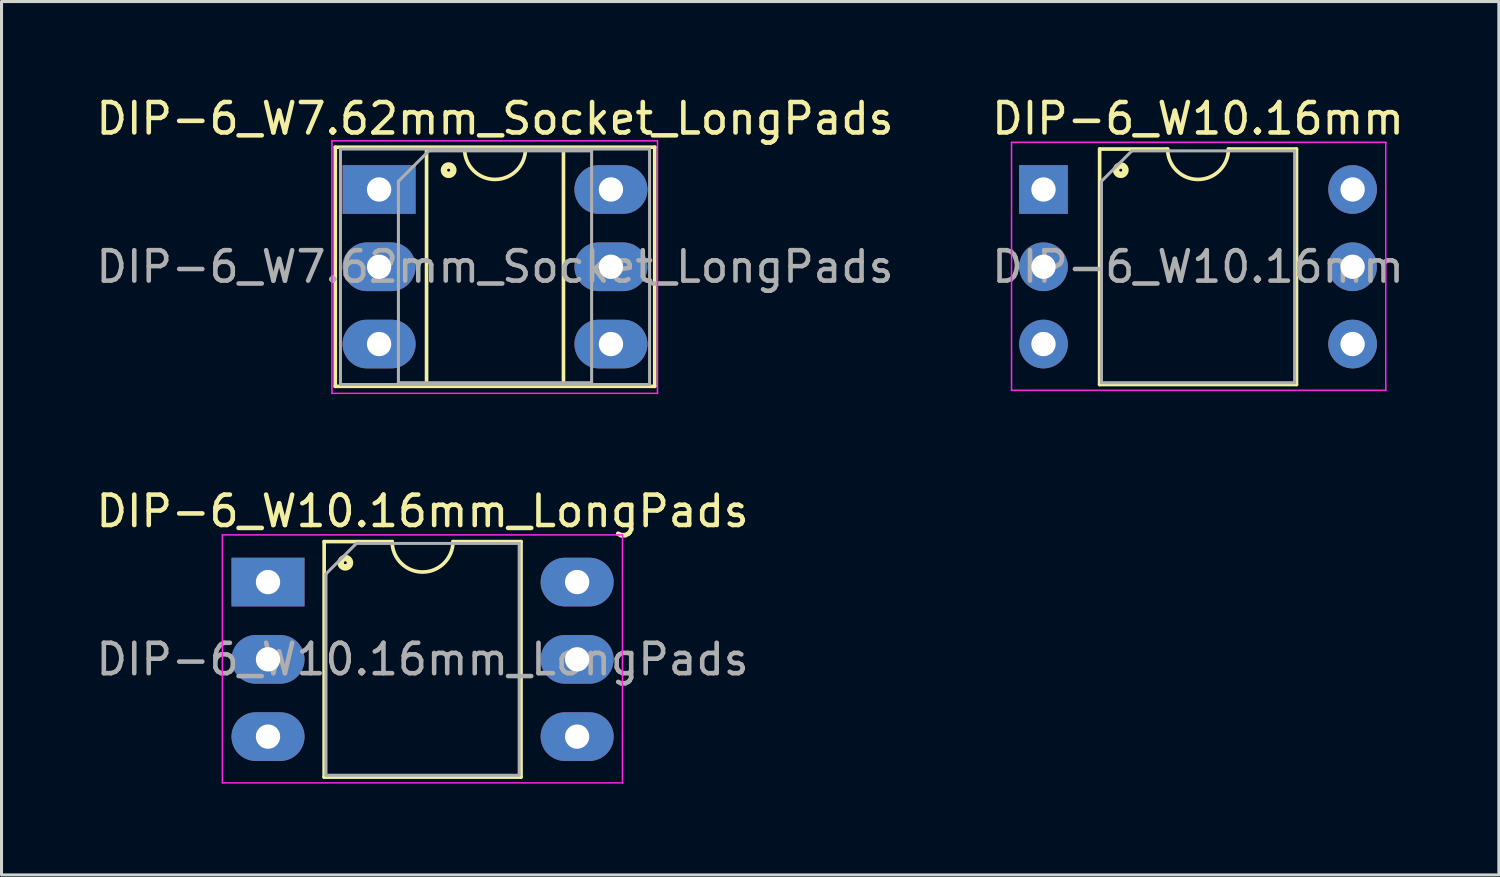
<source format=kicad_pcb>
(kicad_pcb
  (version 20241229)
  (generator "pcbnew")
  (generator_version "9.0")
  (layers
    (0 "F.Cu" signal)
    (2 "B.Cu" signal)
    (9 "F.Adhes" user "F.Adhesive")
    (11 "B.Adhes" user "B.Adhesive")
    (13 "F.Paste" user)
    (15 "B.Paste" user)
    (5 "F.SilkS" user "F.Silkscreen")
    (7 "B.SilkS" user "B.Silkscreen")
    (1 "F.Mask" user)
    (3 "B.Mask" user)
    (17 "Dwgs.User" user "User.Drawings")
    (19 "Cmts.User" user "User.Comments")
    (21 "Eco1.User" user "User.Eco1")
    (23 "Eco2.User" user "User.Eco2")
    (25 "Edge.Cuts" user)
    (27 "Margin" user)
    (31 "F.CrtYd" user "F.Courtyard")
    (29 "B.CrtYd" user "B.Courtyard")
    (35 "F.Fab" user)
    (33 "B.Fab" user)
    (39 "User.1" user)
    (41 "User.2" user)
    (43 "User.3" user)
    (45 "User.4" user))
  (footprint "DIP-6_W7.62mm_Socket_LongPads"
    (layer "F.Cu")
    (at 9.41 3.178)
    (property "Reference" "DIP-6_W7.62mm_Socket_LongPads" (at 3.81 -2.33 0) (layer "F.SilkS") (effects (font (size 1 1) (thickness 0.15))))
    (attr through_hole)
    (fp_line (start -1.44 -1.39) (end -1.44 6.47) (stroke (width 0.12) (type solid)) (layer "F.SilkS"))
    (fp_line (start -1.44 6.47) (end 9.06 6.47) (stroke (width 0.12) (type solid)) (layer "F.SilkS"))
    (fp_line (start 1.56 -1.33) (end 1.56 6.41) (stroke (width 0.12) (type solid)) (layer "F.SilkS"))
    (fp_line (start 1.56 6.41) (end 6.06 6.41) (stroke (width 0.12) (type solid)) (layer "F.SilkS"))
    (fp_line (start 2.81 -1.33) (end 1.56 -1.33) (stroke (width 0.12) (type solid)) (layer "F.SilkS"))
    (fp_line (start 6.06 -1.33) (end 4.81 -1.33) (stroke (width 0.12) (type solid)) (layer "F.SilkS"))
    (fp_line (start 6.06 6.41) (end 6.06 -1.33) (stroke (width 0.12) (type solid)) (layer "F.SilkS"))
    (fp_line (start 9.06 -1.39) (end -1.44 -1.39) (stroke (width 0.12) (type solid)) (layer "F.SilkS"))
    (fp_line (start 9.06 6.47) (end 9.06 -1.39) (stroke (width 0.12) (type solid)) (layer "F.SilkS"))
    (fp_arc (start 4.81 -1.33) (mid 3.81 -0.33) (end 2.81 -1.33) (stroke (width 0.12) (type solid)) (layer "F.SilkS"))
    (fp_circle (center 2.286 -0.635) (end 2.336 -0.635) (stroke (width 0.12) (type solid)) (fill no) (layer "F.SilkS"))
    (fp_circle (center 2.286 -0.635) (end 2.411 -0.635) (stroke (width 0.12) (type solid)) (fill no) (layer "F.SilkS"))
    (fp_circle (center 2.286 -0.635) (end 2.486 -0.635) (stroke (width 0.12) (type solid)) (fill no) (layer "F.SilkS"))
    (fp_line (start -1.55 -1.6) (end -1.55 6.7) (stroke (width 0.05) (type solid)) (layer "F.CrtYd"))
    (fp_line (start -1.55 6.7) (end 9.15 6.7) (stroke (width 0.05) (type solid)) (layer "F.CrtYd"))
    (fp_line (start 9.15 -1.6) (end -1.55 -1.6) (stroke (width 0.05) (type solid)) (layer "F.CrtYd"))
    (fp_line (start 9.15 6.7) (end 9.15 -1.6) (stroke (width 0.05) (type solid)) (layer "F.CrtYd"))
    (fp_line (start -1.27 -1.33) (end -1.27 6.41) (stroke (width 0.1) (type solid)) (layer "F.Fab"))
    (fp_line (start -1.27 6.41) (end 8.89 6.41) (stroke (width 0.1) (type solid)) (layer "F.Fab"))
    (fp_line (start 0.635 -0.27) (end 1.635 -1.27) (stroke (width 0.1) (type solid)) (layer "F.Fab"))
    (fp_line (start 0.635 6.35) (end 0.635 -0.27) (stroke (width 0.1) (type solid)) (layer "F.Fab"))
    (fp_line (start 1.635 -1.27) (end 6.985 -1.27) (stroke (width 0.1) (type solid)) (layer "F.Fab"))
    (fp_line (start 6.985 -1.27) (end 6.985 6.35) (stroke (width 0.1) (type solid)) (layer "F.Fab"))
    (fp_line (start 6.985 6.35) (end 0.635 6.35) (stroke (width 0.1) (type solid)) (layer "F.Fab"))
    (fp_line (start 8.89 -1.33) (end -1.27 -1.33) (stroke (width 0.1) (type solid)) (layer "F.Fab"))
    (fp_line (start 8.89 6.41) (end 8.89 -1.33) (stroke (width 0.1) (type solid)) (layer "F.Fab"))
    (fp_text user "${REFERENCE}" (at 3.81 2.54 0) (layer "F.Fab") (effects (font (size 1 1) (thickness 0.15))))
    (pad "1" thru_hole rect (at 0 0) (size 2.4 1.6) (drill 0.8) (layers "*.Cu" "*.Mask"))
    (pad "2" thru_hole oval (at 0 2.54) (size 2.4 1.6) (drill 0.8) (layers "*.Cu" "*.Mask"))
    (pad "3" thru_hole oval (at 0 5.08) (size 2.4 1.6) (drill 0.8) (layers "*.Cu" "*.Mask"))
    (pad "4" thru_hole oval (at 7.62 5.08) (size 2.4 1.6) (drill 0.8) (layers "*.Cu" "*.Mask"))
    (pad "5" thru_hole oval (at 7.62 2.54) (size 2.4 1.6) (drill 0.8) (layers "*.Cu" "*.Mask"))
    (pad "6" thru_hole oval (at 7.62 0) (size 2.4 1.6) (drill 0.8) (layers "*.Cu" "*.Mask")))
  (footprint "DIP-6_W10.16mm"
    (layer "F.Cu")
    (at 31.247 3.178)
    (property "Reference" "DIP-6_W10.16mm" (at 5.08 -2.33 0) (layer "F.SilkS") (effects (font (size 1 1) (thickness 0.15))))
    (attr through_hole)
    (fp_line (start 1.845 -1.33) (end 1.845 6.41) (stroke (width 0.12) (type solid)) (layer "F.SilkS"))
    (fp_line (start 1.845 6.41) (end 8.315 6.41) (stroke (width 0.12) (type solid)) (layer "F.SilkS"))
    (fp_line (start 4.08 -1.33) (end 1.845 -1.33) (stroke (width 0.12) (type solid)) (layer "F.SilkS"))
    (fp_line (start 8.315 -1.33) (end 6.08 -1.33) (stroke (width 0.12) (type solid)) (layer "F.SilkS"))
    (fp_line (start 8.315 6.41) (end 8.315 -1.33) (stroke (width 0.12) (type solid)) (layer "F.SilkS"))
    (fp_arc (start 6.08 -1.33) (mid 5.08 -0.33) (end 4.08 -1.33) (stroke (width 0.12) (type solid)) (layer "F.SilkS"))
    (fp_circle (center 2.54 -0.635) (end 2.59 -0.635) (stroke (width 0.12) (type solid)) (fill no) (layer "F.SilkS"))
    (fp_circle (center 2.54 -0.635) (end 2.665 -0.635) (stroke (width 0.12) (type solid)) (fill no) (layer "F.SilkS"))
    (fp_circle (center 2.54 -0.635) (end 2.74 -0.635) (stroke (width 0.12) (type solid)) (fill no) (layer "F.SilkS"))
    (fp_line (start -1.05 -1.55) (end -1.05 6.6) (stroke (width 0.05) (type solid)) (layer "F.CrtYd"))
    (fp_line (start -1.05 6.6) (end 11.25 6.6) (stroke (width 0.05) (type solid)) (layer "F.CrtYd"))
    (fp_line (start 11.25 -1.55) (end -1.05 -1.55) (stroke (width 0.05) (type solid)) (layer "F.CrtYd"))
    (fp_line (start 11.25 6.6) (end 11.25 -1.55) (stroke (width 0.05) (type solid)) (layer "F.CrtYd"))
    (fp_line (start 1.905 -0.27) (end 2.905 -1.27) (stroke (width 0.1) (type solid)) (layer "F.Fab"))
    (fp_line (start 1.905 6.35) (end 1.905 -0.27) (stroke (width 0.1) (type solid)) (layer "F.Fab"))
    (fp_line (start 2.905 -1.27) (end 8.255 -1.27) (stroke (width 0.1) (type solid)) (layer "F.Fab"))
    (fp_line (start 8.255 -1.27) (end 8.255 6.35) (stroke (width 0.1) (type solid)) (layer "F.Fab"))
    (fp_line (start 8.255 6.35) (end 1.905 6.35) (stroke (width 0.1) (type solid)) (layer "F.Fab"))
    (fp_text user "${REFERENCE}" (at 5.08 2.54 0) (layer "F.Fab") (effects (font (size 1 1) (thickness 0.15))))
    (pad "1" thru_hole rect (at 0 0) (size 1.6 1.6) (drill 0.8) (layers "*.Cu" "*.Mask"))
    (pad "2" thru_hole oval (at 0 2.54) (size 1.6 1.6) (drill 0.8) (layers "*.Cu" "*.Mask"))
    (pad "3" thru_hole oval (at 0 5.08) (size 1.6 1.6) (drill 0.8) (layers "*.Cu" "*.Mask"))
    (pad "4" thru_hole oval (at 10.16 5.08) (size 1.6 1.6) (drill 0.8) (layers "*.Cu" "*.Mask"))
    (pad "5" thru_hole oval (at 10.16 2.54) (size 1.6 1.6) (drill 0.8) (layers "*.Cu" "*.Mask"))
    (pad "6" thru_hole oval (at 10.16 0) (size 1.6 1.6) (drill 0.8) (layers "*.Cu" "*.Mask")))
  (footprint "DIP-6_W10.16mm_LongPads"
    (layer "F.Cu")
    (at 5.759 16.081)
    (property "Reference" "DIP-6_W10.16mm_LongPads" (at 5.08 -2.33 0) (layer "F.SilkS") (effects (font (size 1 1) (thickness 0.15))))
    (attr through_hole)
    (fp_line (start 1.845 -1.33) (end 1.845 6.41) (stroke (width 0.12) (type solid)) (layer "F.SilkS"))
    (fp_line (start 1.845 6.41) (end 8.315 6.41) (stroke (width 0.12) (type solid)) (layer "F.SilkS"))
    (fp_line (start 4.08 -1.33) (end 1.845 -1.33) (stroke (width 0.12) (type solid)) (layer "F.SilkS"))
    (fp_line (start 8.315 -1.33) (end 6.08 -1.33) (stroke (width 0.12) (type solid)) (layer "F.SilkS"))
    (fp_line (start 8.315 6.41) (end 8.315 -1.33) (stroke (width 0.12) (type solid)) (layer "F.SilkS"))
    (fp_arc (start 6.08 -1.33) (mid 5.08 -0.33) (end 4.08 -1.33) (stroke (width 0.12) (type solid)) (layer "F.SilkS"))
    (fp_circle (center 2.54 -0.635) (end 2.59 -0.635) (stroke (width 0.12) (type solid)) (fill no) (layer "F.SilkS"))
    (fp_circle (center 2.54 -0.635) (end 2.665 -0.635) (stroke (width 0.12) (type solid)) (fill no) (layer "F.SilkS"))
    (fp_circle (center 2.54 -0.635) (end 2.74 -0.635) (stroke (width 0.12) (type solid)) (fill no) (layer "F.SilkS"))
    (fp_line (start -1.5 -1.55) (end -1.5 6.6) (stroke (width 0.05) (type solid)) (layer "F.CrtYd"))
    (fp_line (start -1.5 6.6) (end 11.65 6.6) (stroke (width 0.05) (type solid)) (layer "F.CrtYd"))
    (fp_line (start 11.65 -1.55) (end -1.5 -1.55) (stroke (width 0.05) (type solid)) (layer "F.CrtYd"))
    (fp_line (start 11.65 6.6) (end 11.65 -1.55) (stroke (width 0.05) (type solid)) (layer "F.CrtYd"))
    (fp_line (start 1.905 -0.27) (end 2.905 -1.27) (stroke (width 0.1) (type solid)) (layer "F.Fab"))
    (fp_line (start 1.905 6.35) (end 1.905 -0.27) (stroke (width 0.1) (type solid)) (layer "F.Fab"))
    (fp_line (start 2.905 -1.27) (end 8.255 -1.27) (stroke (width 0.1) (type solid)) (layer "F.Fab"))
    (fp_line (start 8.255 -1.27) (end 8.255 6.35) (stroke (width 0.1) (type solid)) (layer "F.Fab"))
    (fp_line (start 8.255 6.35) (end 1.905 6.35) (stroke (width 0.1) (type solid)) (layer "F.Fab"))
    (fp_text user "${REFERENCE}" (at 5.08 2.54 0) (layer "F.Fab") (effects (font (size 1 1) (thickness 0.15))))
    (pad "1" thru_hole rect (at 0 0) (size 2.4 1.6) (drill 0.8) (layers "*.Cu" "*.Mask"))
    (pad "2" thru_hole oval (at 0 2.54) (size 2.4 1.6) (drill 0.8) (layers "*.Cu" "*.Mask"))
    (pad "3" thru_hole oval (at 0 5.08) (size 2.4 1.6) (drill 0.8) (layers "*.Cu" "*.Mask"))
    (pad "4" thru_hole oval (at 10.16 5.08) (size 2.4 1.6) (drill 0.8) (layers "*.Cu" "*.Mask"))
    (pad "5" thru_hole oval (at 10.16 2.54) (size 2.4 1.6) (drill 0.8) (layers "*.Cu" "*.Mask"))
    (pad "6" thru_hole oval (at 10.16 0) (size 2.4 1.6) (drill 0.8) (layers "*.Cu" "*.Mask")))
  (gr_rect
    (start -3 -3)
    (end 46.214 25.706)
    (stroke (width 0.1) (type default))
    (fill no)
    (layer "Edge.Cuts")))
</source>
